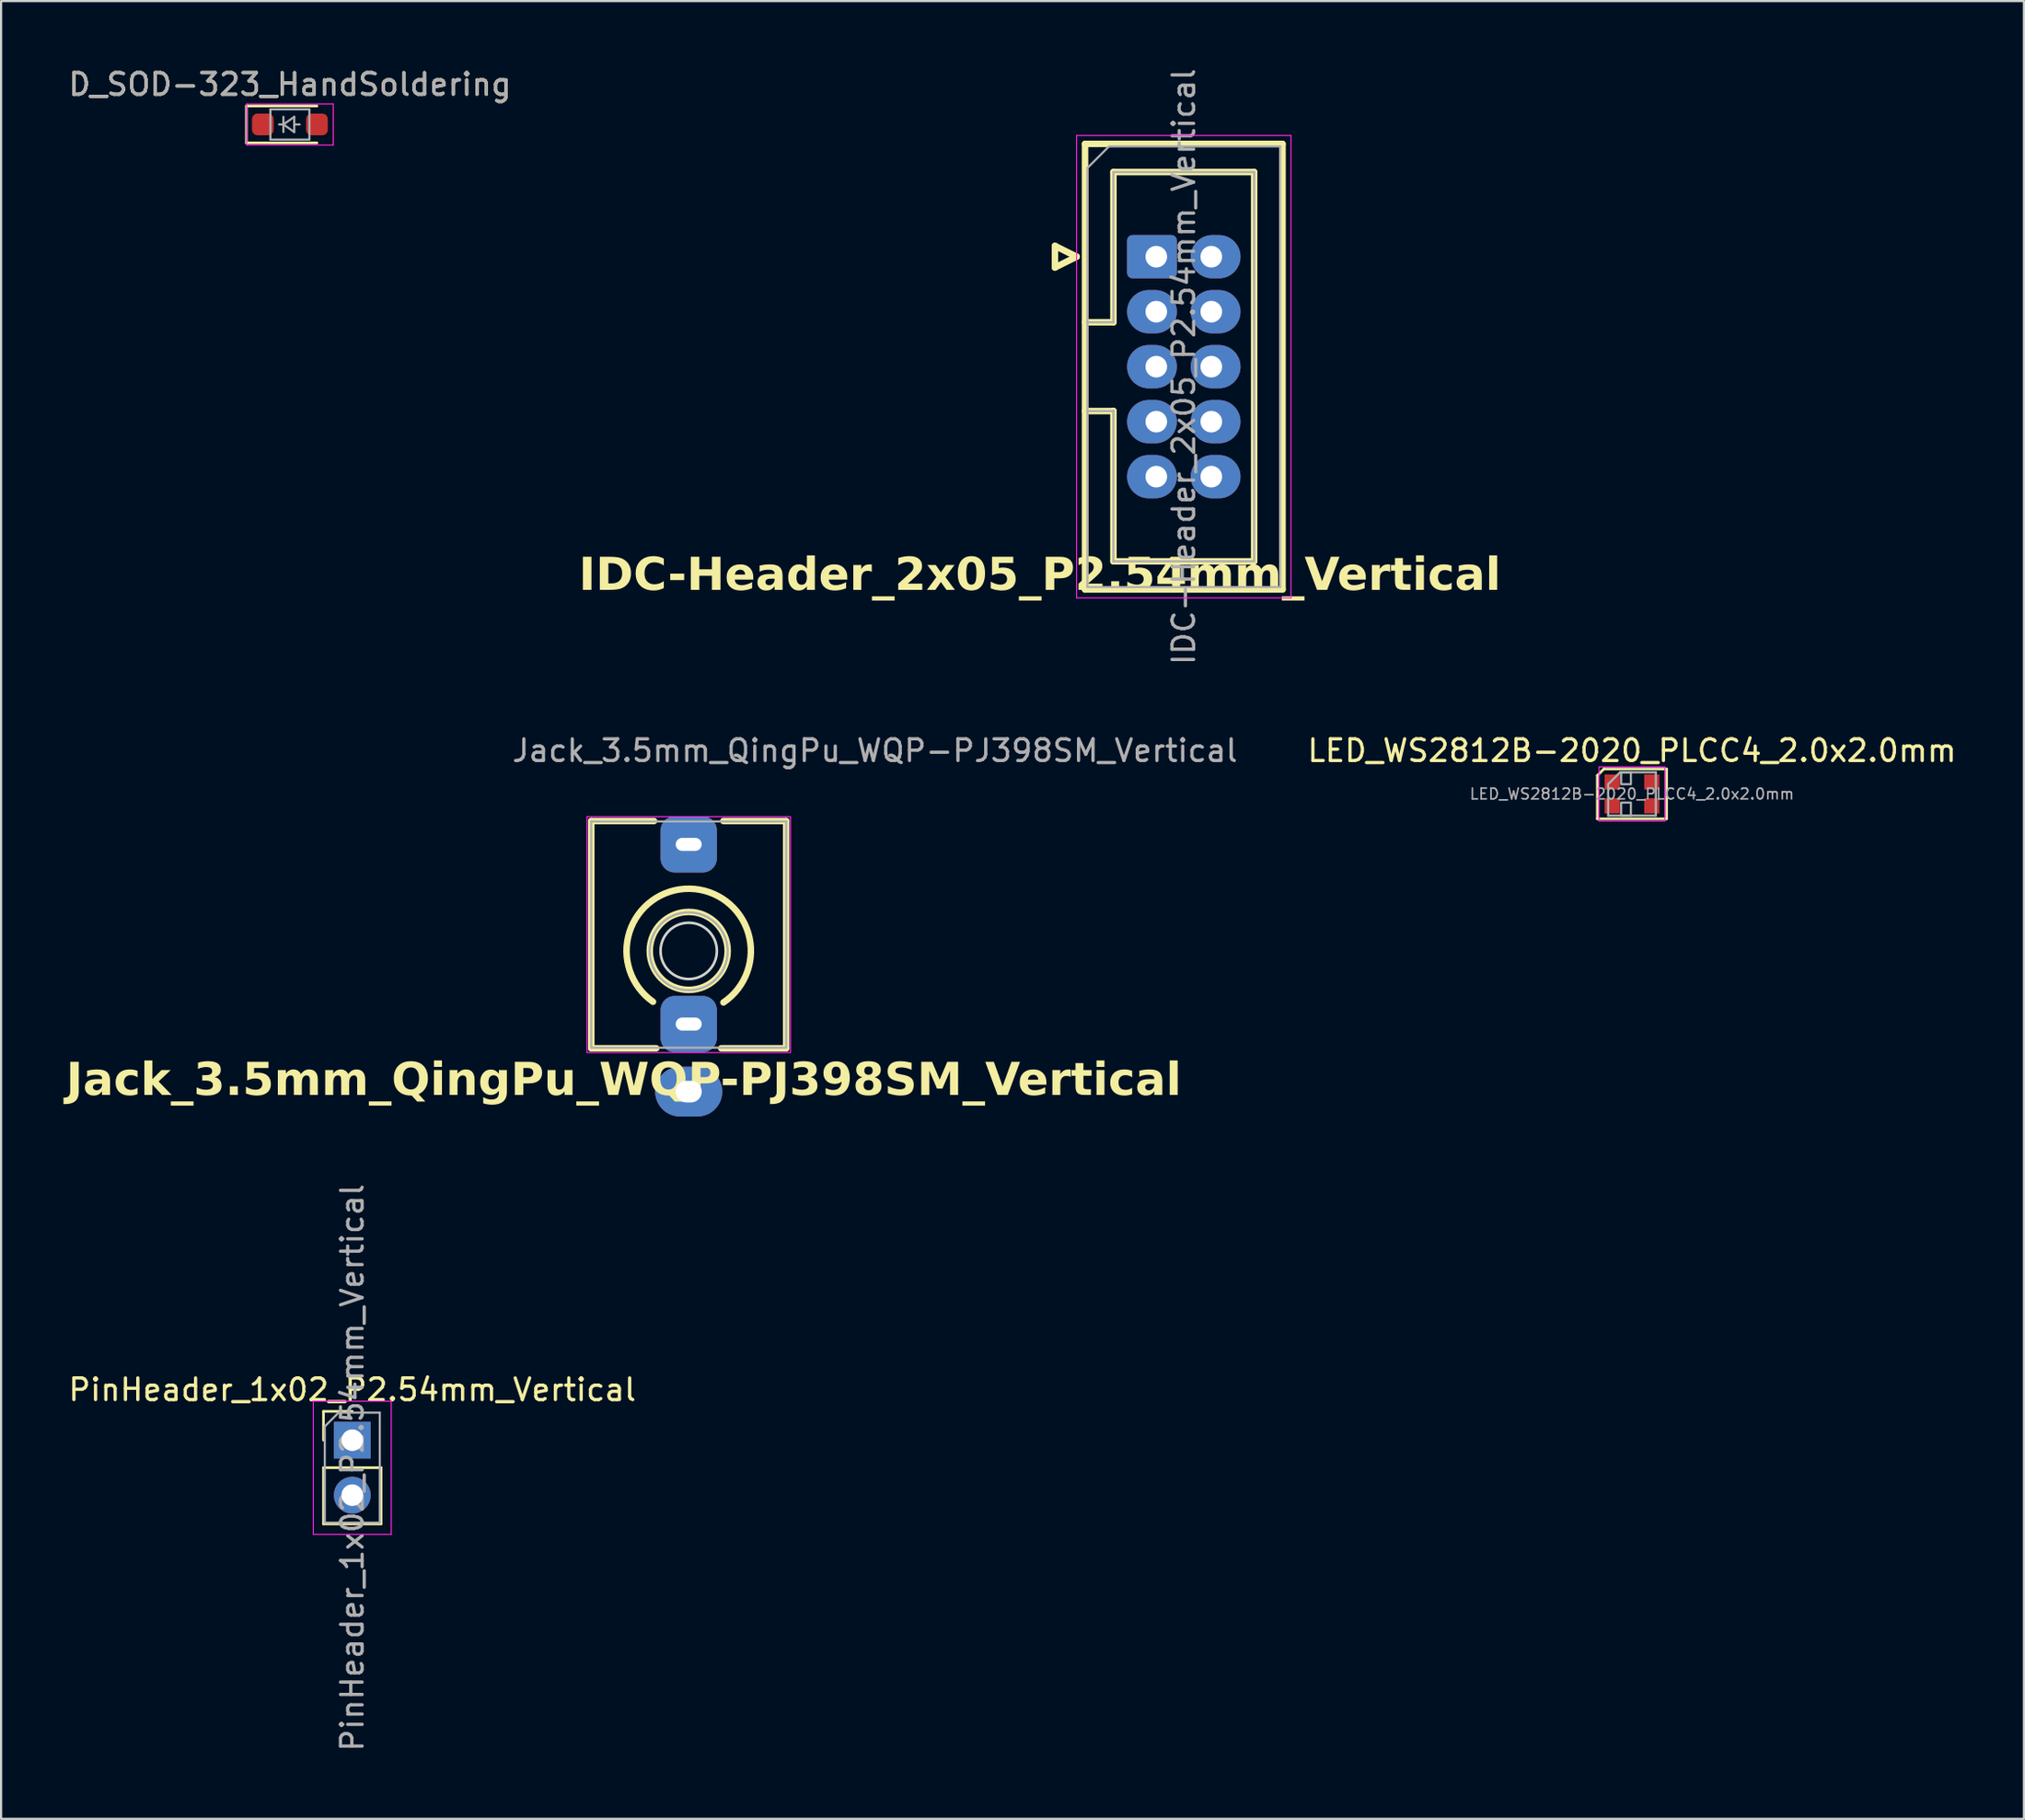
<source format=kicad_pcb>
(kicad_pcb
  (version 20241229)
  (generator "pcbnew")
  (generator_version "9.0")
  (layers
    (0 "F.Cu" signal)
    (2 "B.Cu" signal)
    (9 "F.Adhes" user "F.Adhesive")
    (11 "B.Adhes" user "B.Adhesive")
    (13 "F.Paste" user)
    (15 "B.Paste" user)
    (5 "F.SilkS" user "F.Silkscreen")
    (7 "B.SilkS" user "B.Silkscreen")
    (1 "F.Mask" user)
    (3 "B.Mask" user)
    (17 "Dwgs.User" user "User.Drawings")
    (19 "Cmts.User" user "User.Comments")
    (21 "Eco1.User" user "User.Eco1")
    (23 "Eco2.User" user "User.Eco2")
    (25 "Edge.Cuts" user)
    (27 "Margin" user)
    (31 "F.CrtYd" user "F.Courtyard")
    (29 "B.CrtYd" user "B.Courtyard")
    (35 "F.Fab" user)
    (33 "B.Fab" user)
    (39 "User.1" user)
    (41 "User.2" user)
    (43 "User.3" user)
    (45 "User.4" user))
  (footprint "PinHeader_1x02_P2.54mm_Vertical"
    (layer "F.Cu")
    (at 13.22 63.472)
    (property "Reference" "PinHeader_1x02_P2.54mm_Vertical" (at 0 -2.33 0) (layer "F.SilkS") (effects (font (size 1 1) (thickness 0.15))))
    (attr through_hole)
    (fp_line (start -1.33 -1.33) (end 0 -1.33) (stroke (width 0.12) (type solid)) (layer "F.SilkS"))
    (fp_line (start -1.33 0) (end -1.33 -1.33) (stroke (width 0.12) (type solid)) (layer "F.SilkS"))
    (fp_line (start -1.33 1.27) (end -1.33 3.87) (stroke (width 0.12) (type solid)) (layer "F.SilkS"))
    (fp_line (start -1.33 1.27) (end 1.33 1.27) (stroke (width 0.12) (type solid)) (layer "F.SilkS"))
    (fp_line (start -1.33 3.87) (end 1.33 3.87) (stroke (width 0.12) (type solid)) (layer "F.SilkS"))
    (fp_line (start 1.33 1.27) (end 1.33 3.87) (stroke (width 0.12) (type solid)) (layer "F.SilkS"))
    (fp_line (start -1.8 -1.8) (end -1.8 4.35) (stroke (width 0.05) (type solid)) (layer "F.CrtYd"))
    (fp_line (start -1.8 4.35) (end 1.8 4.35) (stroke (width 0.05) (type solid)) (layer "F.CrtYd"))
    (fp_line (start 1.8 -1.8) (end -1.8 -1.8) (stroke (width 0.05) (type solid)) (layer "F.CrtYd"))
    (fp_line (start 1.8 4.35) (end 1.8 -1.8) (stroke (width 0.05) (type solid)) (layer "F.CrtYd"))
    (fp_line (start -1.27 -0.635) (end -0.635 -1.27) (stroke (width 0.1) (type solid)) (layer "F.Fab"))
    (fp_line (start -1.27 3.81) (end -1.27 -0.635) (stroke (width 0.1) (type solid)) (layer "F.Fab"))
    (fp_line (start -0.635 -1.27) (end 1.27 -1.27) (stroke (width 0.1) (type solid)) (layer "F.Fab"))
    (fp_line (start 1.27 -1.27) (end 1.27 3.81) (stroke (width 0.1) (type solid)) (layer "F.Fab"))
    (fp_line (start 1.27 3.81) (end -1.27 3.81) (stroke (width 0.1) (type solid)) (layer "F.Fab"))
    (fp_text user "${REFERENCE}" (at 0 1.27 270) (layer "F.Fab") (effects (font (size 1 1) (thickness 0.15))))
    (pad "1" thru_hole rect (at 0 0) (size 1.7 1.7) (drill 1) (layers "*.Cu" "*.Mask"))
    (pad "2" thru_hole oval (at 0 2.54) (size 1.7 1.7) (drill 1) (layers "*.Cu" "*.Mask")))
  (footprint "D_SOD-323_HandSoldering"
    (layer "F.Cu")
    (at 10.339 2.698)
    (property "Reference" "D_SOD-323_HandSoldering" (at 0 -1.85 0) (layer "F.SilkS") (effects (font (size 1 1) (thickness 0.15))))
    (attr smd)
    (fp_line (start -2.01 -0.85) (end -2.01 0.85) (stroke (width 0.12) (type solid)) (layer "F.SilkS"))
    (fp_line (start -2.01 -0.85) (end 1.25 -0.85) (stroke (width 0.12) (type solid)) (layer "F.SilkS"))
    (fp_line (start -2.01 0.85) (end 1.25 0.85) (stroke (width 0.12) (type solid)) (layer "F.SilkS"))
    (fp_line (start -2 -0.95) (end -2 0.95) (stroke (width 0.05) (type solid)) (layer "F.CrtYd"))
    (fp_line (start -2 -0.95) (end 2 -0.95) (stroke (width 0.05) (type solid)) (layer "F.CrtYd"))
    (fp_line (start -2 0.95) (end 2 0.95) (stroke (width 0.05) (type solid)) (layer "F.CrtYd"))
    (fp_line (start 2 -0.95) (end 2 0.95) (stroke (width 0.05) (type solid)) (layer "F.CrtYd"))
    (fp_line (start -0.9 -0.7) (end 0.9 -0.7) (stroke (width 0.1) (type solid)) (layer "F.Fab"))
    (fp_line (start -0.9 0.7) (end -0.9 -0.7) (stroke (width 0.1) (type solid)) (layer "F.Fab"))
    (fp_line (start -0.3 -0.35) (end -0.3 0.35) (stroke (width 0.1) (type solid)) (layer "F.Fab"))
    (fp_line (start -0.3 0) (end -0.5 0) (stroke (width 0.1) (type solid)) (layer "F.Fab"))
    (fp_line (start -0.3 0) (end 0.2 -0.35) (stroke (width 0.1) (type solid)) (layer "F.Fab"))
    (fp_line (start 0.2 -0.35) (end 0.2 0.35) (stroke (width 0.1) (type solid)) (layer "F.Fab"))
    (fp_line (start 0.2 0) (end 0.45 0) (stroke (width 0.1) (type solid)) (layer "F.Fab"))
    (fp_line (start 0.2 0.35) (end -0.3 0) (stroke (width 0.1) (type solid)) (layer "F.Fab"))
    (fp_line (start 0.9 -0.7) (end 0.9 0.7) (stroke (width 0.1) (type solid)) (layer "F.Fab"))
    (fp_line (start 0.9 0.7) (end -0.9 0.7) (stroke (width 0.1) (type solid)) (layer "F.Fab"))
    (fp_text user "${REFERENCE}" (at 0 -1.85 0) (layer "F.Fab") (effects (font (size 1 1) (thickness 0.15))))
    (pad "1" smd roundrect (at -1.25 0) (size 1 1) (layers "F.Cu" "F.Mask" "F.Paste") (roundrect_rratio 0.25))
    (pad "2" smd roundrect (at 1.25 0) (size 1 1) (layers "F.Cu" "F.Mask" "F.Paste") (roundrect_rratio 0.25)))
  (footprint "IDC-Header_2x05_P2.54mm_Vertical"
    (layer "F.Cu")
    (at 50.352 8.807)
    (property "Reference" "IDC-Header_2x05_P2.54mm_Vertical" (at -5.378 14.767 0) (layer "F.SilkS") (effects (font (face "Dosis") (size 1.5 1.5) (thickness 0.2) (bold yes))))
    (attr through_hole)
    (fp_line (start -4.68 -0.5) (end -4.68 0.5) (stroke (width 0.3) (type solid)) (layer "F.SilkS"))
    (fp_line (start -4.68 0.5) (end -3.68 0) (stroke (width 0.3) (type solid)) (layer "F.SilkS"))
    (fp_line (start -3.68 0) (end -4.68 -0.5) (stroke (width 0.3) (type solid)) (layer "F.SilkS"))
    (fp_line (start -3.29 -5.21) (end 5.83 -5.21) (stroke (width 0.3) (type solid)) (layer "F.SilkS"))
    (fp_line (start -3.29 3.03) (end -1.98 3.03) (stroke (width 0.3) (type solid)) (layer "F.SilkS"))
    (fp_line (start -3.29 15.37) (end -3.29 -5.21) (stroke (width 0.3) (type solid)) (layer "F.SilkS"))
    (fp_line (start -1.98 -3.91) (end 4.52 -3.91) (stroke (width 0.3) (type solid)) (layer "F.SilkS"))
    (fp_line (start -1.98 3.03) (end -1.98 -3.91) (stroke (width 0.3) (type solid)) (layer "F.SilkS"))
    (fp_line (start -1.98 7.13) (end -3.29 7.13) (stroke (width 0.3) (type solid)) (layer "F.SilkS"))
    (fp_line (start -1.98 7.13) (end -1.98 7.13) (stroke (width 0.3) (type solid)) (layer "F.SilkS"))
    (fp_line (start -1.98 14.07) (end -1.98 7.13) (stroke (width 0.3) (type solid)) (layer "F.SilkS"))
    (fp_line (start 4.52 -3.91) (end 4.52 14.07) (stroke (width 0.3) (type solid)) (layer "F.SilkS"))
    (fp_line (start 4.52 14.07) (end -1.98 14.07) (stroke (width 0.3) (type solid)) (layer "F.SilkS"))
    (fp_line (start 5.83 -5.21) (end 5.83 15.37) (stroke (width 0.3) (type solid)) (layer "F.SilkS"))
    (fp_line (start 5.83 15.37) (end -3.29 15.37) (stroke (width 0.3) (type solid)) (layer "F.SilkS"))
    (fp_line (start -3.68 -5.6) (end -3.68 15.76) (stroke (width 0.05) (type solid)) (layer "F.CrtYd"))
    (fp_line (start -3.68 15.76) (end 6.22 15.76) (stroke (width 0.05) (type solid)) (layer "F.CrtYd"))
    (fp_line (start 6.22 -5.6) (end -3.68 -5.6) (stroke (width 0.05) (type solid)) (layer "F.CrtYd"))
    (fp_line (start 6.22 15.76) (end 6.22 -5.6) (stroke (width 0.05) (type solid)) (layer "F.CrtYd"))
    (fp_line (start -3.18 -4.1) (end -2.18 -5.1) (stroke (width 0.1) (type solid)) (layer "F.Fab"))
    (fp_line (start -3.18 3.03) (end -1.98 3.03) (stroke (width 0.1) (type solid)) (layer "F.Fab"))
    (fp_line (start -3.18 15.26) (end -3.18 -4.1) (stroke (width 0.1) (type solid)) (layer "F.Fab"))
    (fp_line (start -2.18 -5.1) (end 5.72 -5.1) (stroke (width 0.1) (type solid)) (layer "F.Fab"))
    (fp_line (start -1.98 -3.91) (end 4.52 -3.91) (stroke (width 0.1) (type solid)) (layer "F.Fab"))
    (fp_line (start -1.98 3.03) (end -1.98 -3.91) (stroke (width 0.1) (type solid)) (layer "F.Fab"))
    (fp_line (start -1.98 7.13) (end -3.18 7.13) (stroke (width 0.1) (type solid)) (layer "F.Fab"))
    (fp_line (start -1.98 7.13) (end -1.98 7.13) (stroke (width 0.1) (type solid)) (layer "F.Fab"))
    (fp_line (start -1.98 14.07) (end -1.98 7.13) (stroke (width 0.1) (type solid)) (layer "F.Fab"))
    (fp_line (start 4.52 -3.91) (end 4.52 14.07) (stroke (width 0.1) (type solid)) (layer "F.Fab"))
    (fp_line (start 4.52 14.07) (end -1.98 14.07) (stroke (width 0.1) (type solid)) (layer "F.Fab"))
    (fp_line (start 5.72 -5.1) (end 5.72 15.26) (stroke (width 0.1) (type solid)) (layer "F.Fab"))
    (fp_line (start 5.72 15.26) (end -3.18 15.26) (stroke (width 0.1) (type solid)) (layer "F.Fab"))
    (fp_text user "${REFERENCE}" (at 1.27 5.08 270) (layer "F.Fab") (effects (font (size 1 1) (thickness 0.15))))
    (pad "1" thru_hole roundrect (at 0 0) (size 2.3 2) (drill 1 (offset -0.2 0)) (layers "*.Cu" "*.Mask") (roundrect_rratio 0.125))
    (pad "2" thru_hole oval (at 2.54 0) (size 2.3 2) (drill 1 (offset 0.2 0)) (layers "*.Cu" "*.Mask"))
    (pad "3" thru_hole oval (at 0 2.54) (size 2.3 2) (drill 1 (offset -0.2 0)) (layers "*.Cu" "*.Mask"))
    (pad "4" thru_hole oval (at 2.54 2.54) (size 2.3 2) (drill 1 (offset 0.2 0)) (layers "*.Cu" "*.Mask"))
    (pad "5" thru_hole oval (at 0 5.08) (size 2.3 2) (drill 1 (offset -0.2 0)) (layers "*.Cu" "*.Mask"))
    (pad "6" thru_hole oval (at 2.54 5.08) (size 2.3 2) (drill 1 (offset 0.2 0)) (layers "*.Cu" "*.Mask"))
    (pad "7" thru_hole oval (at 0 7.62) (size 2.3 2) (drill 1 (offset -0.2 0)) (layers "*.Cu" "*.Mask"))
    (pad "8" thru_hole oval (at 2.54 7.62) (size 2.3 2) (drill 1 (offset 0.2 0)) (layers "*.Cu" "*.Mask"))
    (pad "9" thru_hole oval (at 0 10.16) (size 2.3 2) (drill 1 (offset -0.2 0)) (layers "*.Cu" "*.Mask"))
    (pad "10" thru_hole oval (at 2.54 10.16) (size 2.3 2) (drill 1 (offset 0.2 0)) (layers "*.Cu" "*.Mask")))
  (footprint "Jack_3.5mm_QingPu_WQP-PJ398SM_Vertical"
    (layer "F.Cu")
    (at 28.758 40.872)
    (property "Reference" "Jack_3.5mm_QingPu_WQP-PJ398SM_Vertical" (at -3 6.031 0) (layer "F.SilkS") (effects (font (face "Dosis") (size 1.5 1.5) (thickness 0.2) (bold yes))))
    (attr through_hole)
    (fp_line (start -4.5 -6) (end -4.5 4.5) (stroke (width 0.3) (type solid)) (layer "F.SilkS"))
    (fp_line (start -1.6 -6) (end -4.5 -6) (stroke (width 0.3) (type solid)) (layer "F.SilkS"))
    (fp_line (start -1.5 4.5) (end -4.5 4.5) (stroke (width 0.3) (type solid)) (layer "F.SilkS"))
    (fp_line (start 4.5 -6) (end 1.6 -6) (stroke (width 0.3) (type solid)) (layer "F.SilkS"))
    (fp_line (start 4.5 -6) (end 4.5 4.5) (stroke (width 0.3) (type solid)) (layer "F.SilkS"))
    (fp_line (start 4.5 4.5) (end 1.5 4.5) (stroke (width 0.3) (type solid)) (layer "F.SilkS"))
    (fp_arc (start -1.65 2.349999) (mid 0.027931 -2.871274) (end 1.603971 2.381653) (stroke (width 0.3) (type default)) (layer "F.SilkS"))
    (fp_circle (center 0 0) (end -1.8 0) (stroke (width 0.3) (type solid)) (fill no) (layer "F.SilkS"))
    (fp_circle (center 0 0) (end 1.3 0) (stroke (width 0.12) (type default)) (fill no) (layer "Edge.Cuts"))
    (fp_rect (start -4.7 -6.2) (end 4.7 4.7) (stroke (width 0.05) (type default)) (fill no) (layer "F.CrtYd"))
    (fp_line (start -4.5 4.42) (end -4.5 -5.98) (stroke (width 0.1) (type solid)) (layer "F.Fab"))
    (fp_line (start 4.5 -5.98) (end -4.5 -5.98) (stroke (width 0.1) (type solid)) (layer "F.Fab"))
    (fp_line (start 4.5 4.42) (end 4.5 -5.98) (stroke (width 0.1) (type solid)) (layer "F.Fab"))
    (fp_line (start 4.5 4.47) (end -4.5 4.47) (stroke (width 0.1) (type solid)) (layer "F.Fab"))
    (fp_circle (center 0 0.02) (end -1.8 0.02) (stroke (width 0.1) (type solid)) (fill no) (layer "F.Fab"))
    (fp_text user "${REFERENCE}" (at 8.6 -9.25 0) (layer "F.Fab") (effects (font (size 1 1) (thickness 0.15))))
    (pad "R" thru_hole roundrect (at 0 3.38) (size 2.6 2.6) (drill oval 1.2 0.6) (layers "*.Cu" "*.Mask") (roundrect_rratio 0.25))
    (pad "S" thru_hole oval (at 0 6.5) (size 3.1 2.3) (drill oval 1.2 1) (layers "*.Cu" "*.Mask"))
    (pad "T" thru_hole roundrect (at 0 -4.92) (size 2.6 2.6) (drill oval 1.2 0.6) (layers "*.Cu" "*.Mask") (roundrect_rratio 0.25)))
  (footprint "LED_WS2812B-2020_PLCC4_2.0x2.0mm"
    (layer "F.Cu")
    (at 72.322 33.622)
    (property "Reference" "LED_WS2812B-2020_PLCC4_2.0x2.0mm" (at 0 -2 0) (layer "F.SilkS") (effects (font (size 1 1) (thickness 0.15))))
    (attr smd)
    (fp_line (start -1.6 1.15) (end -1.6 -0.85) (stroke (width 0.12) (type solid)) (layer "F.SilkS"))
    (fp_line (start -1.6 1.15) (end 1.6 1.15) (stroke (width 0.12) (type solid)) (layer "F.SilkS"))
    (fp_line (start -1.3 -1.15) (end -1.6 -0.85) (stroke (width 0.12) (type default)) (layer "F.SilkS"))
    (fp_line (start -1.3 -1.15) (end 1.6 -1.15) (stroke (width 0.12) (type solid)) (layer "F.SilkS"))
    (fp_line (start 1.6 -1.15) (end 1.6 1.15) (stroke (width 0.12) (type solid)) (layer "F.SilkS"))
    (fp_line (start -1.52 -1.25) (end -1.52 1.25) (stroke (width 0.05) (type solid)) (layer "F.CrtYd"))
    (fp_line (start -1.52 1.25) (end 1.52 1.25) (stroke (width 0.05) (type solid)) (layer "F.CrtYd"))
    (fp_line (start 1.52 -1.25) (end -1.52 -1.25) (stroke (width 0.05) (type solid)) (layer "F.CrtYd"))
    (fp_line (start 1.52 1.25) (end 1.52 -1.25) (stroke (width 0.05) (type solid)) (layer "F.CrtYd"))
    (fp_line (start -1.1 -0.45) (end -1.1 1) (stroke (width 0.1) (type solid)) (layer "F.Fab"))
    (fp_line (start -1.1 1) (end 1.1 1) (stroke (width 0.1) (type solid)) (layer "F.Fab"))
    (fp_line (start -0.55 -1) (end -1.1 -0.45) (stroke (width 0.1) (type solid)) (layer "F.Fab"))
    (fp_line (start 1.1 -1) (end -0.55 -1) (stroke (width 0.1) (type solid)) (layer "F.Fab"))
    (fp_line (start 1.1 -1) (end 1.1 1) (stroke (width 0.1) (type solid)) (layer "F.Fab"))
    (fp_rect (start -0.5 -1) (end -0.05 -0.45) (stroke (width 0.1) (type solid)) (fill no) (layer "F.Fab"))
    (fp_rect (start -0.5 0.4) (end -0.05 1) (stroke (width 0.1) (type solid)) (fill no) (layer "F.Fab"))
    (fp_text user "${REFERENCE}" (at 0 0 0) (layer "F.Fab") (effects (font (size 0.5 0.5) (thickness 0.075))))
    (pad "1" smd rect (at -0.915 -0.55 180) (size 0.7 0.7) (layers "F.Cu" "F.Mask" "F.Paste"))
    (pad "2" smd rect (at -0.915 0.55 180) (size 0.7 0.7) (layers "F.Cu" "F.Mask" "F.Paste"))
    (pad "3" smd rect (at 0.915 0.55 180) (size 0.7 0.7) (layers "F.Cu" "F.Mask" "F.Paste"))
    (pad "4" smd rect (at 0.915 -0.55 180) (size 0.7 0.7) (layers "F.Cu" "F.Mask" "F.Paste")))
  (gr_rect
    (start -3 -3)
    (end 90.423 80.963)
    (stroke (width 0.1) (type default))
    (fill no)
    (layer "Edge.Cuts")))
</source>
